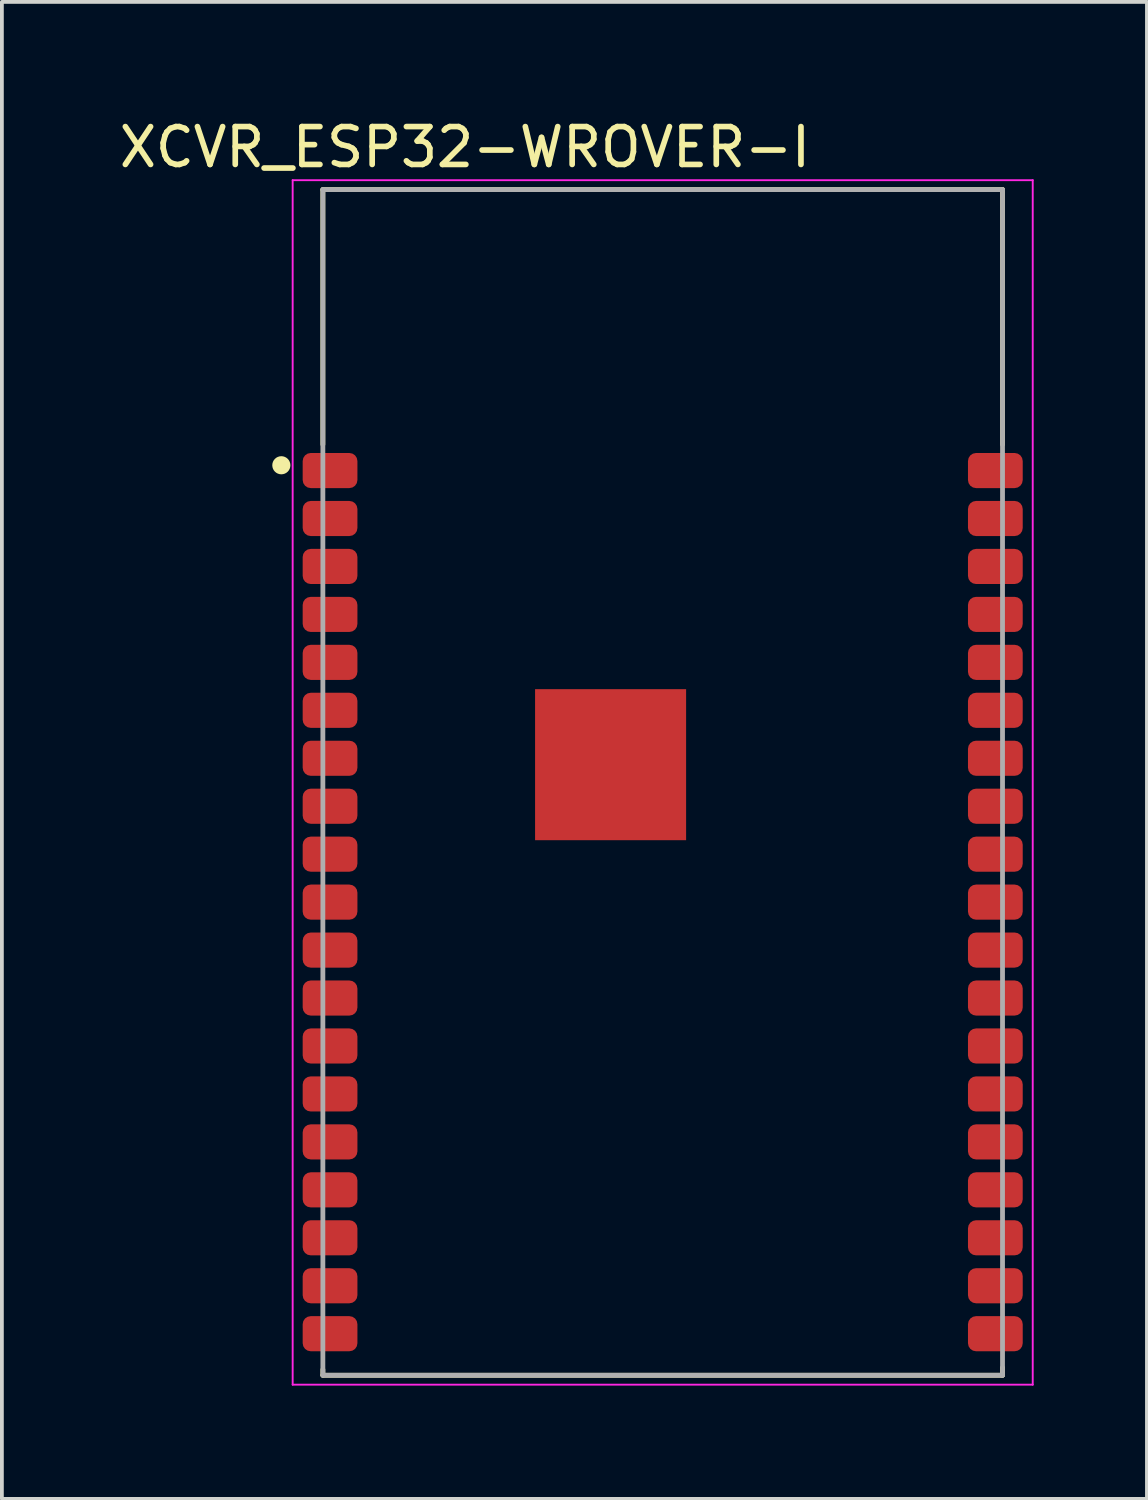
<source format=kicad_pcb>
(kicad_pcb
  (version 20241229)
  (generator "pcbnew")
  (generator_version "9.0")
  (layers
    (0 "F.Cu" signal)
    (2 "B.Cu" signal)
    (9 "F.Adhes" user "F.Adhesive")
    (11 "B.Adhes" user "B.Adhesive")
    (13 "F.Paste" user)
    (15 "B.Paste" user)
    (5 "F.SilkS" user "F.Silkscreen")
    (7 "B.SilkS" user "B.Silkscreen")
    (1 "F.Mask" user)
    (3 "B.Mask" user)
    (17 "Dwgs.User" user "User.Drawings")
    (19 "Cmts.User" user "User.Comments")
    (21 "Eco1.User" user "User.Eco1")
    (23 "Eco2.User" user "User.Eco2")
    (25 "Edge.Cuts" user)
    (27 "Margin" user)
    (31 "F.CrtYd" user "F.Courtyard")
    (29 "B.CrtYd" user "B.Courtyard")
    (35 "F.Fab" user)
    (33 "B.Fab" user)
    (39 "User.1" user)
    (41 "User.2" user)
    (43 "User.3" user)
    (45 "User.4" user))
  (footprint "XCVR_ESP32-WROVER-I"
    (layer "F.Cu")
    (at 14.501 17.672)
    (property "Reference" "XCVR_ESP32-WROVER-I" (at -5.237 -16.823 0) (layer "F.SilkS") (effects (font (size 1.002 1.002) (thickness 0.15))))
    (attr through_hole)
    (fp_line (start -9 -15.7) (end 9 -15.7) (stroke (width 0.127) (type solid)) (layer "F.SilkS"))
    (fp_line (start -9 -8.95) (end -9 -15.7) (stroke (width 0.127) (type solid)) (layer "F.SilkS"))
    (fp_line (start -9 15.55) (end -9 15.7) (stroke (width 0.127) (type solid)) (layer "F.SilkS"))
    (fp_line (start -9 15.7) (end 9 15.7) (stroke (width 0.127) (type solid)) (layer "F.SilkS"))
    (fp_line (start 9 -15.7) (end 9 -8.95) (stroke (width 0.127) (type solid)) (layer "F.SilkS"))
    (fp_line (start 9 15.7) (end 9 15.5) (stroke (width 0.127) (type solid)) (layer "F.SilkS"))
    (fp_circle (center -10.1 -8.4) (end -9.98 -8.4) (stroke (width 0.24) (type solid)) (fill no) (layer "F.SilkS"))
    (fp_poly (pts (xy -2.648 -1.735) (xy -0.115 -1.735) (xy -0.115 0.796) (xy -2.648 0.796)) (stroke (width 0.01) (type solid)) (fill yes) (layer "F.Paste"))
    (fp_line (start -9.8 -15.95) (end 9.8 -15.95) (stroke (width 0.05) (type solid)) (layer "F.CrtYd"))
    (fp_line (start -9.8 15.95) (end -9.8 -15.95) (stroke (width 0.05) (type solid)) (layer "F.CrtYd"))
    (fp_line (start 9.8 -15.95) (end 9.8 15.95) (stroke (width 0.05) (type solid)) (layer "F.CrtYd"))
    (fp_line (start 9.8 15.95) (end -9.8 15.95) (stroke (width 0.05) (type solid)) (layer "F.CrtYd"))
    (fp_line (start -9 -15.7) (end 9 -15.7) (stroke (width 0.127) (type solid)) (layer "F.Fab"))
    (fp_line (start -9 15.7) (end -9 -15.7) (stroke (width 0.127) (type solid)) (layer "F.Fab"))
    (fp_line (start 9 -15.7) (end 9 15.7) (stroke (width 0.127) (type solid)) (layer "F.Fab"))
    (fp_line (start 9 15.7) (end -9 15.7) (stroke (width 0.127) (type solid)) (layer "F.Fab"))
    (pad "1" smd roundrect (at -8.81 -8.26) (size 1.45 0.93) (layers "F.Cu" "F.Mask" "F.Paste") (roundrect_rratio 0.23))
    (pad "2" smd roundrect (at -8.81 -6.99) (size 1.45 0.93) (layers "F.Cu" "F.Mask" "F.Paste") (roundrect_rratio 0.23))
    (pad "3" smd roundrect (at -8.81 -5.72) (size 1.45 0.93) (layers "F.Cu" "F.Mask" "F.Paste") (roundrect_rratio 0.23))
    (pad "4" smd roundrect (at -8.81 -4.45) (size 1.45 0.93) (layers "F.Cu" "F.Mask" "F.Paste") (roundrect_rratio 0.23))
    (pad "5" smd roundrect (at -8.81 -3.18) (size 1.45 0.93) (layers "F.Cu" "F.Mask" "F.Paste") (roundrect_rratio 0.23))
    (pad "6" smd roundrect (at -8.81 -1.91) (size 1.45 0.93) (layers "F.Cu" "F.Mask" "F.Paste") (roundrect_rratio 0.23))
    (pad "7" smd roundrect (at -8.81 -0.64) (size 1.45 0.93) (layers "F.Cu" "F.Mask" "F.Paste") (roundrect_rratio 0.23))
    (pad "8" smd roundrect (at -8.81 0.63) (size 1.45 0.93) (layers "F.Cu" "F.Mask" "F.Paste") (roundrect_rratio 0.23))
    (pad "9" smd roundrect (at -8.81 1.9) (size 1.45 0.93) (layers "F.Cu" "F.Mask" "F.Paste") (roundrect_rratio 0.23))
    (pad "10" smd roundrect (at -8.81 3.17) (size 1.45 0.93) (layers "F.Cu" "F.Mask" "F.Paste") (roundrect_rratio 0.23))
    (pad "11" smd roundrect (at -8.81 4.44) (size 1.45 0.93) (layers "F.Cu" "F.Mask" "F.Paste") (roundrect_rratio 0.23))
    (pad "12" smd roundrect (at -8.81 5.71) (size 1.45 0.93) (layers "F.Cu" "F.Mask" "F.Paste") (roundrect_rratio 0.23))
    (pad "13" smd roundrect (at -8.81 6.98) (size 1.45 0.93) (layers "F.Cu" "F.Mask" "F.Paste") (roundrect_rratio 0.23))
    (pad "14" smd roundrect (at -8.81 8.25) (size 1.45 0.93) (layers "F.Cu" "F.Mask" "F.Paste") (roundrect_rratio 0.23))
    (pad "15" smd roundrect (at -8.81 9.52) (size 1.45 0.93) (layers "F.Cu" "F.Mask" "F.Paste") (roundrect_rratio 0.23))
    (pad "16" smd roundrect (at -8.81 10.79) (size 1.45 0.93) (layers "F.Cu" "F.Mask" "F.Paste") (roundrect_rratio 0.23))
    (pad "17" smd roundrect (at -8.81 12.06) (size 1.45 0.93) (layers "F.Cu" "F.Mask" "F.Paste") (roundrect_rratio 0.23))
    (pad "18" smd roundrect (at -8.81 13.33) (size 1.45 0.93) (layers "F.Cu" "F.Mask" "F.Paste") (roundrect_rratio 0.23))
    (pad "19" smd roundrect (at -8.81 14.6) (size 1.45 0.93) (layers "F.Cu" "F.Mask" "F.Paste") (roundrect_rratio 0.23))
    (pad "20" smd roundrect (at 8.81 14.6 180) (size 1.45 0.93) (layers "F.Cu" "F.Mask" "F.Paste") (roundrect_rratio 0.23))
    (pad "21" smd roundrect (at 8.81 13.33 180) (size 1.45 0.93) (layers "F.Cu" "F.Mask" "F.Paste") (roundrect_rratio 0.23))
    (pad "22" smd roundrect (at 8.81 12.06 180) (size 1.45 0.93) (layers "F.Cu" "F.Mask" "F.Paste") (roundrect_rratio 0.23))
    (pad "23" smd roundrect (at 8.81 10.79 180) (size 1.45 0.93) (layers "F.Cu" "F.Mask" "F.Paste") (roundrect_rratio 0.23))
    (pad "24" smd roundrect (at 8.81 9.52 180) (size 1.45 0.93) (layers "F.Cu" "F.Mask" "F.Paste") (roundrect_rratio 0.23))
    (pad "25" smd roundrect (at 8.81 8.25 180) (size 1.45 0.93) (layers "F.Cu" "F.Mask" "F.Paste") (roundrect_rratio 0.23))
    (pad "26" smd roundrect (at 8.81 6.98 180) (size 1.45 0.93) (layers "F.Cu" "F.Mask" "F.Paste") (roundrect_rratio 0.23))
    (pad "27" smd roundrect (at 8.81 5.71 180) (size 1.45 0.93) (layers "F.Cu" "F.Mask" "F.Paste") (roundrect_rratio 0.23))
    (pad "28" smd roundrect (at 8.81 4.44 180) (size 1.45 0.93) (layers "F.Cu" "F.Mask" "F.Paste") (roundrect_rratio 0.23))
    (pad "29" smd roundrect (at 8.81 3.17 180) (size 1.45 0.93) (layers "F.Cu" "F.Mask" "F.Paste") (roundrect_rratio 0.23))
    (pad "30" smd roundrect (at 8.81 1.9 180) (size 1.45 0.93) (layers "F.Cu" "F.Mask" "F.Paste") (roundrect_rratio 0.23))
    (pad "31" smd roundrect (at 8.81 0.63 180) (size 1.45 0.93) (layers "F.Cu" "F.Mask" "F.Paste") (roundrect_rratio 0.23))
    (pad "32" smd roundrect (at 8.81 -0.64 180) (size 1.45 0.93) (layers "F.Cu" "F.Mask" "F.Paste") (roundrect_rratio 0.23))
    (pad "33" smd roundrect (at 8.81 -1.91 180) (size 1.45 0.93) (layers "F.Cu" "F.Mask" "F.Paste") (roundrect_rratio 0.23))
    (pad "34" smd roundrect (at 8.81 -3.18 180) (size 1.45 0.93) (layers "F.Cu" "F.Mask" "F.Paste") (roundrect_rratio 0.23))
    (pad "35" smd roundrect (at 8.81 -4.45 180) (size 1.45 0.93) (layers "F.Cu" "F.Mask" "F.Paste") (roundrect_rratio 0.23))
    (pad "36" smd roundrect (at 8.81 -5.72 180) (size 1.45 0.93) (layers "F.Cu" "F.Mask" "F.Paste") (roundrect_rratio 0.23))
    (pad "37" smd roundrect (at 8.81 -6.99 180) (size 1.45 0.93) (layers "F.Cu" "F.Mask" "F.Paste") (roundrect_rratio 0.23))
    (pad "38" smd roundrect (at 8.81 -8.26 180) (size 1.45 0.93) (layers "F.Cu" "F.Mask" "F.Paste") (roundrect_rratio 0.23))
    (pad "39" smd rect (at -1.38 -0.47) (size 4 4) (layers "F.Cu" "F.Mask"))
    (zone (net_name "") (layer "F.Cu") (hatch full 0.508) (connect_pads) (min_thickness 0.01) (filled_areas_thickness no) (keepout (tracks not_allowed) (vias not_allowed) (pads not_allowed) (copperpour not_allowed) (footprints allowed)) (placement (enabled no)) (fill) (polygon (pts (xy 5.471 1.972) (xy 23.501 1.972) (xy 23.501 8.341) (xy 5.471 8.341))))
    (zone (net_name "") (layers "F.Cu" "B.Cu") (hatch full 0.508) (connect_pads) (min_thickness 0.01) (filled_areas_thickness no) (keepout (tracks allowed) (vias not_allowed) (pads allowed) (copperpour allowed) (footprints allowed)) (placement (enabled no)) (fill) (polygon (pts (xy 5.478 1.972) (xy 23.501 1.972) (xy 23.501 8.348) (xy 5.478 8.348))))
    (zone (net_name "") (layer "B.Cu") (hatch full 0.508) (connect_pads) (min_thickness 0.01) (filled_areas_thickness no) (keepout (tracks not_allowed) (vias not_allowed) (pads not_allowed) (copperpour not_allowed) (footprints allowed)) (placement (enabled no)) (fill) (polygon (pts (xy 5.472 1.972) (xy 23.501 1.972) (xy 23.501 8.342) (xy 5.472 8.342)))))
  (gr_rect
    (start -3 -3)
    (end 27.326 36.647)
    (stroke (width 0.1) (type default))
    (fill no)
    (layer "Edge.Cuts")))
</source>
